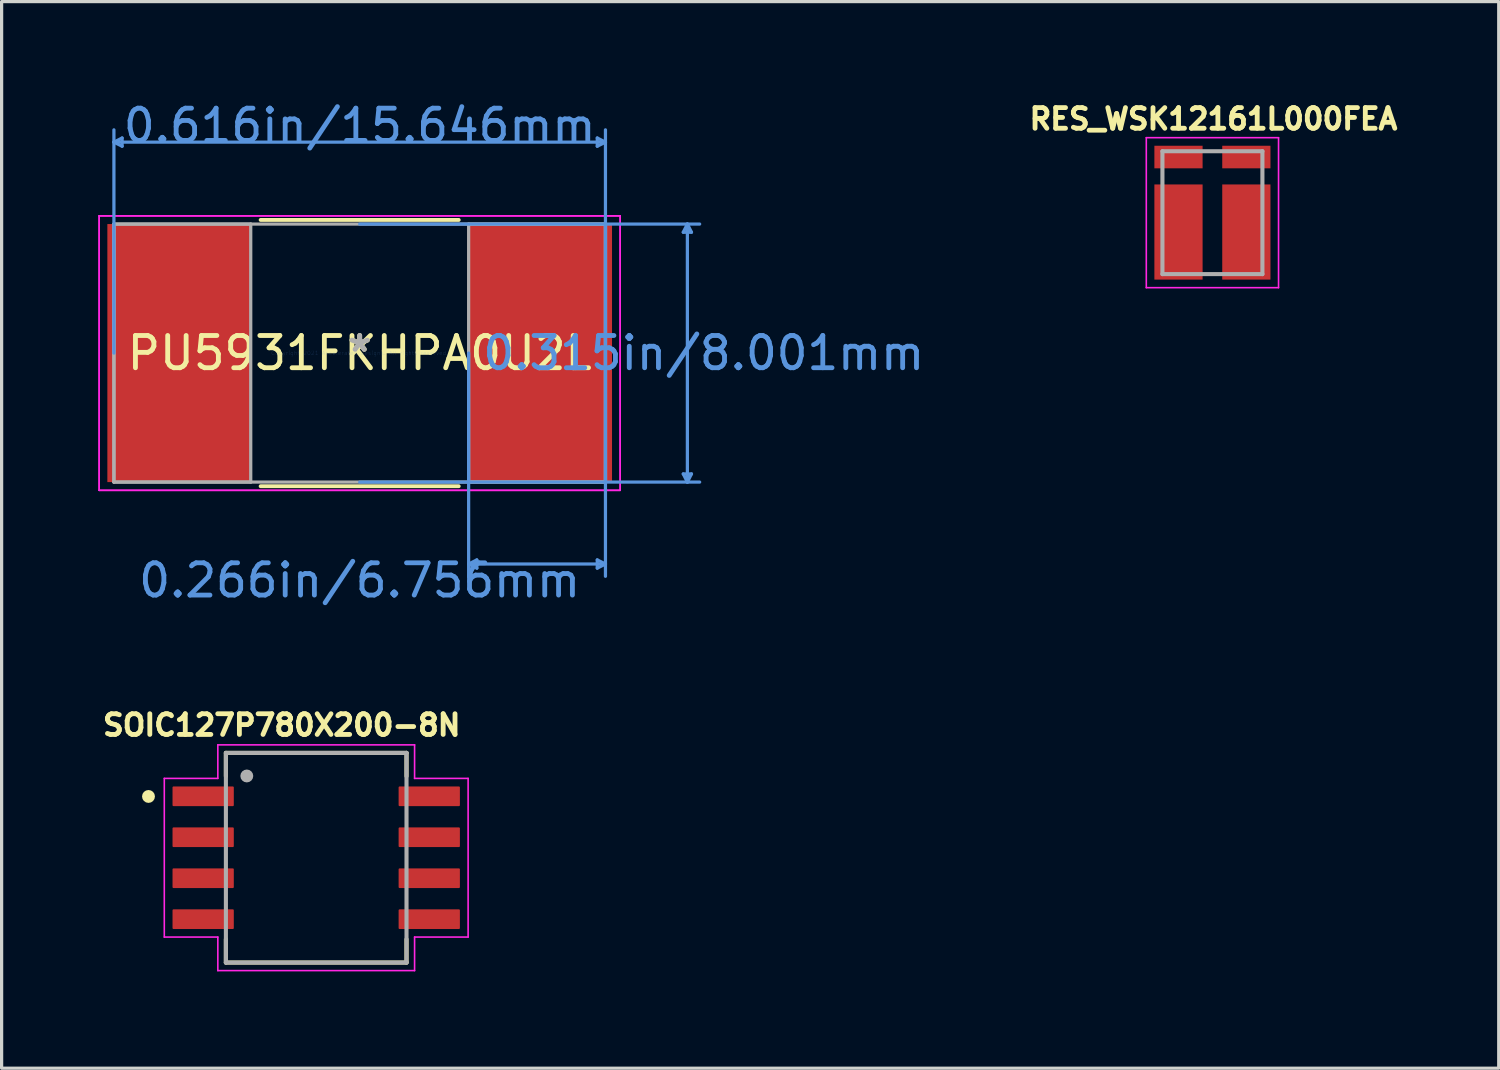
<source format=kicad_pcb>
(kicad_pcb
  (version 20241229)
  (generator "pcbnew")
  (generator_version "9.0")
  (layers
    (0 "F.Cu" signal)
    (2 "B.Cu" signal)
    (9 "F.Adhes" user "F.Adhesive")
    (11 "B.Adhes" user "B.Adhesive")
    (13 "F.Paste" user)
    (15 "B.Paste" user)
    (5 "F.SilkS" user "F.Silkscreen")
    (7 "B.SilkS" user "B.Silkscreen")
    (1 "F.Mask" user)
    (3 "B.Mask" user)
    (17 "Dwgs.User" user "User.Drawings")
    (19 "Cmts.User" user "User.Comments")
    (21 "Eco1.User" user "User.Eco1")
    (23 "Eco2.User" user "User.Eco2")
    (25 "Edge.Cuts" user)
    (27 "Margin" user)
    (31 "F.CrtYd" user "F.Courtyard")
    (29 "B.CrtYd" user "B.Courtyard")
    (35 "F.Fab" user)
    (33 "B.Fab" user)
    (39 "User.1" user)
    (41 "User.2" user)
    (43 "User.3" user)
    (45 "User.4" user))
  (footprint "PU5931FKHPA0U2L"
    (layer "F.Cu")
    (at 8.102 7.897)
    (property "Reference" "PU5931FKHPA0U2L" (at 0 0 0) (layer "F.SilkS") (effects (font (size 1 1) (thickness 0.15))))
    (attr through_hole)
    (fp_line (start -3.071 4.128) (end 3.071 4.128) (stroke (width 0.12) (type solid)) (layer "F.SilkS"))
    (fp_line (start 3.071 -4.128) (end -3.071 -4.128) (stroke (width 0.12) (type solid)) (layer "F.SilkS"))
    (fp_line (start -7.62 -6.54) (end -7.366 -6.668) (stroke (width 0.1) (type solid)) (layer "Cmts.User"))
    (fp_line (start -7.62 -6.54) (end -7.366 -6.413) (stroke (width 0.1) (type solid)) (layer "Cmts.User"))
    (fp_line (start -7.62 -6.54) (end 7.62 -6.54) (stroke (width 0.1) (type solid)) (layer "Cmts.User"))
    (fp_line (start -7.62 0) (end -7.62 -6.921) (stroke (width 0.1) (type solid)) (layer "Cmts.User"))
    (fp_line (start -7.366 -6.668) (end -7.366 -6.413) (stroke (width 0.1) (type solid)) (layer "Cmts.User"))
    (fp_line (start 0 -4) (end 10.541 -4) (stroke (width 0.1) (type solid)) (layer "Cmts.User"))
    (fp_line (start 0 4) (end 10.541 4) (stroke (width 0.1) (type solid)) (layer "Cmts.User"))
    (fp_line (start 3.378 0) (end 3.378 6.921) (stroke (width 0.1) (type solid)) (layer "Cmts.User"))
    (fp_line (start 3.378 6.54) (end 3.632 6.413) (stroke (width 0.1) (type solid)) (layer "Cmts.User"))
    (fp_line (start 3.378 6.54) (end 3.632 6.668) (stroke (width 0.1) (type solid)) (layer "Cmts.User"))
    (fp_line (start 3.378 6.54) (end 7.62 6.54) (stroke (width 0.1) (type solid)) (layer "Cmts.User"))
    (fp_line (start 3.632 6.413) (end 3.632 6.668) (stroke (width 0.1) (type solid)) (layer "Cmts.User"))
    (fp_line (start 7.366 -6.668) (end 7.366 -6.413) (stroke (width 0.1) (type solid)) (layer "Cmts.User"))
    (fp_line (start 7.366 6.413) (end 7.366 6.668) (stroke (width 0.1) (type solid)) (layer "Cmts.User"))
    (fp_line (start 7.62 -6.54) (end 7.366 -6.668) (stroke (width 0.1) (type solid)) (layer "Cmts.User"))
    (fp_line (start 7.62 -6.54) (end 7.366 -6.413) (stroke (width 0.1) (type solid)) (layer "Cmts.User"))
    (fp_line (start 7.62 0) (end 7.62 -6.921) (stroke (width 0.1) (type solid)) (layer "Cmts.User"))
    (fp_line (start 7.62 0) (end 7.62 6.921) (stroke (width 0.1) (type solid)) (layer "Cmts.User"))
    (fp_line (start 7.62 6.54) (end 7.366 6.413) (stroke (width 0.1) (type solid)) (layer "Cmts.User"))
    (fp_line (start 7.62 6.54) (end 7.366 6.668) (stroke (width 0.1) (type solid)) (layer "Cmts.User"))
    (fp_line (start 10.033 -3.747) (end 10.287 -3.747) (stroke (width 0.1) (type solid)) (layer "Cmts.User"))
    (fp_line (start 10.033 3.747) (end 10.287 3.747) (stroke (width 0.1) (type solid)) (layer "Cmts.User"))
    (fp_line (start 10.16 -4) (end 10.033 -3.747) (stroke (width 0.1) (type solid)) (layer "Cmts.User"))
    (fp_line (start 10.16 -4) (end 10.16 4) (stroke (width 0.1) (type solid)) (layer "Cmts.User"))
    (fp_line (start 10.16 -4) (end 10.287 -3.747) (stroke (width 0.1) (type solid)) (layer "Cmts.User"))
    (fp_line (start 10.16 4) (end 10.033 3.747) (stroke (width 0.1) (type solid)) (layer "Cmts.User"))
    (fp_line (start 10.16 4) (end 10.287 3.747) (stroke (width 0.1) (type solid)) (layer "Cmts.User"))
    (fp_line (start -8.077 -4.255) (end 8.077 -4.255) (stroke (width 0.05) (type solid)) (layer "F.CrtYd"))
    (fp_line (start -8.077 -4.255) (end 8.077 -4.255) (stroke (width 0.05) (type solid)) (layer "F.CrtYd"))
    (fp_line (start -8.077 4.255) (end -8.077 -4.255) (stroke (width 0.05) (type solid)) (layer "F.CrtYd"))
    (fp_line (start -8.077 4.255) (end -8.077 -4.255) (stroke (width 0.05) (type solid)) (layer "F.CrtYd"))
    (fp_line (start 8.077 -4.255) (end 8.077 4.255) (stroke (width 0.05) (type solid)) (layer "F.CrtYd"))
    (fp_line (start 8.077 -4.255) (end 8.077 4.255) (stroke (width 0.05) (type solid)) (layer "F.CrtYd"))
    (fp_line (start 8.077 4.255) (end -8.077 4.255) (stroke (width 0.05) (type solid)) (layer "F.CrtYd"))
    (fp_line (start 8.077 4.255) (end -8.077 4.255) (stroke (width 0.05) (type solid)) (layer "F.CrtYd"))
    (fp_line (start -7.62 -4) (end -7.62 4) (stroke (width 0.1) (type solid)) (layer "F.Fab"))
    (fp_line (start -7.62 -4) (end -7.62 4) (stroke (width 0.1) (type solid)) (layer "F.Fab"))
    (fp_line (start -7.62 4) (end -3.378 4) (stroke (width 0.1) (type solid)) (layer "F.Fab"))
    (fp_line (start -7.62 4) (end 7.62 4) (stroke (width 0.1) (type solid)) (layer "F.Fab"))
    (fp_line (start -3.378 -4) (end -7.62 -4) (stroke (width 0.1) (type solid)) (layer "F.Fab"))
    (fp_line (start -3.378 4) (end -3.378 -4) (stroke (width 0.1) (type solid)) (layer "F.Fab"))
    (fp_line (start 3.378 -4) (end 3.378 4) (stroke (width 0.1) (type solid)) (layer "F.Fab"))
    (fp_line (start 3.378 4) (end 7.62 4) (stroke (width 0.1) (type solid)) (layer "F.Fab"))
    (fp_line (start 7.62 -4) (end -7.62 -4) (stroke (width 0.1) (type solid)) (layer "F.Fab"))
    (fp_line (start 7.62 -4) (end 3.378 -4) (stroke (width 0.1) (type solid)) (layer "F.Fab"))
    (fp_line (start 7.62 4) (end 7.62 -4) (stroke (width 0.1) (type solid)) (layer "F.Fab"))
    (fp_line (start 7.62 4) (end 7.62 -4) (stroke (width 0.1) (type solid)) (layer "F.Fab"))
    (fp_text user "*" (at 0 0 0) (layer "F.SilkS") (effects (font (size 1 1) (thickness 0.15))))
    (fp_text user "0.616in/15.646mm" (at 0 -7.048 0) (layer "Cmts.User") (effects (font (size 1 1) (thickness 0.15))))
    (fp_text user "0.315in/8.001mm" (at 10.668 0 0) (layer "Cmts.User") (effects (font (size 1 1) (thickness 0.15))))
    (fp_text user "0.266in/6.756mm" (at 0 7.048 0) (layer "Cmts.User") (effects (font (size 1 1) (thickness 0.15))))
    (fp_text user "Copyright 2021 Accelerated Designs. All rights reserved." (at 0 0 0) (layer "Cmts.User") (effects (font (size 0.127 0.127) (thickness 0.002))))
    (fp_text user "*" (at 0 0 0) (layer "F.Fab") (effects (font (size 1 1) (thickness 0.15))))
    (pad "1" smd rect (at -5.601 0) (size 4.445 8.001) (layers "F.Cu" "F.Mask" "F.Paste"))
    (pad "2" smd rect (at 5.601 0) (size 4.445 8.001) (layers "F.Cu" "F.Mask" "F.Paste")))
  (footprint "SOIC127P780X200-8N"
    (layer "F.Cu")
    (at 6.754 23.544)
    (property "Reference" "SOIC127P780X200-8N" (at -1.069 -4.112 0) (layer "F.SilkS") (effects (font (size 0.641 0.641) (thickness 0.15))))
    (attr smd)
    (fp_line (start -2.8 -3.25) (end 2.8 -3.25) (stroke (width 0.127) (type solid)) (layer "F.SilkS"))
    (fp_line (start -2.8 -2.527) (end -2.8 -3.25) (stroke (width 0.127) (type solid)) (layer "F.SilkS"))
    (fp_line (start -2.8 2.527) (end -2.8 3.25) (stroke (width 0.127) (type solid)) (layer "F.SilkS"))
    (fp_line (start -2.8 3.25) (end 2.8 3.25) (stroke (width 0.127) (type solid)) (layer "F.SilkS"))
    (fp_line (start 2.8 -3.25) (end 2.8 -2.527) (stroke (width 0.127) (type solid)) (layer "F.SilkS"))
    (fp_line (start 2.8 3.25) (end 2.8 2.527) (stroke (width 0.127) (type solid)) (layer "F.SilkS"))
    (fp_circle (center -5.2 -1.9) (end -5.1 -1.9) (stroke (width 0.2) (type solid)) (fill no) (layer "F.SilkS"))
    (fp_line (start -4.71 -2.46) (end -3.05 -2.46) (stroke (width 0.05) (type solid)) (layer "F.CrtYd"))
    (fp_line (start -4.71 2.46) (end -4.71 -2.46) (stroke (width 0.05) (type solid)) (layer "F.CrtYd"))
    (fp_line (start -3.05 -3.5) (end 3.05 -3.5) (stroke (width 0.05) (type solid)) (layer "F.CrtYd"))
    (fp_line (start -3.05 -2.46) (end -3.05 -3.5) (stroke (width 0.05) (type solid)) (layer "F.CrtYd"))
    (fp_line (start -3.05 2.46) (end -4.71 2.46) (stroke (width 0.05) (type solid)) (layer "F.CrtYd"))
    (fp_line (start -3.05 3.5) (end -3.05 2.46) (stroke (width 0.05) (type solid)) (layer "F.CrtYd"))
    (fp_line (start 3.05 -3.5) (end 3.05 -2.46) (stroke (width 0.05) (type solid)) (layer "F.CrtYd"))
    (fp_line (start 3.05 -2.46) (end 4.71 -2.46) (stroke (width 0.05) (type solid)) (layer "F.CrtYd"))
    (fp_line (start 3.05 2.46) (end 3.05 3.5) (stroke (width 0.05) (type solid)) (layer "F.CrtYd"))
    (fp_line (start 3.05 3.5) (end -3.05 3.5) (stroke (width 0.05) (type solid)) (layer "F.CrtYd"))
    (fp_line (start 4.71 -2.46) (end 4.71 2.46) (stroke (width 0.05) (type solid)) (layer "F.CrtYd"))
    (fp_line (start 4.71 2.46) (end 3.05 2.46) (stroke (width 0.05) (type solid)) (layer "F.CrtYd"))
    (fp_line (start -2.8 -3.25) (end 2.8 -3.25) (stroke (width 0.127) (type solid)) (layer "F.Fab"))
    (fp_line (start -2.8 3.25) (end -2.8 -3.25) (stroke (width 0.127) (type solid)) (layer "F.Fab"))
    (fp_line (start 2.8 -3.25) (end 2.8 3.25) (stroke (width 0.127) (type solid)) (layer "F.Fab"))
    (fp_line (start 2.8 3.25) (end -2.8 3.25) (stroke (width 0.127) (type solid)) (layer "F.Fab"))
    (fp_circle (center -2.152 -2.535) (end -2.052 -2.535) (stroke (width 0.2) (type solid)) (fill no) (layer "F.Fab"))
    (pad "1" smd roundrect (at -3.505 -1.905) (size 1.9 0.61) (layers "F.Cu" "F.Mask" "F.Paste") (roundrect_rratio 0.05))
    (pad "2" smd roundrect (at -3.505 -0.635) (size 1.9 0.61) (layers "F.Cu" "F.Mask" "F.Paste") (roundrect_rratio 0.05))
    (pad "3" smd roundrect (at -3.505 0.635) (size 1.9 0.61) (layers "F.Cu" "F.Mask" "F.Paste") (roundrect_rratio 0.05))
    (pad "4" smd roundrect (at -3.505 1.905) (size 1.9 0.61) (layers "F.Cu" "F.Mask" "F.Paste") (roundrect_rratio 0.05))
    (pad "5" smd roundrect (at 3.505 1.905 180) (size 1.9 0.61) (layers "F.Cu" "F.Mask" "F.Paste") (roundrect_rratio 0.05))
    (pad "6" smd roundrect (at 3.505 0.635 180) (size 1.9 0.61) (layers "F.Cu" "F.Mask" "F.Paste") (roundrect_rratio 0.05))
    (pad "7" smd roundrect (at 3.505 -0.635 180) (size 1.9 0.61) (layers "F.Cu" "F.Mask" "F.Paste") (roundrect_rratio 0.05))
    (pad "8" smd roundrect (at 3.505 -1.905 180) (size 1.9 0.61) (layers "F.Cu" "F.Mask" "F.Paste") (roundrect_rratio 0.05)))
  (footprint "RES_WSK12161L000FEA"
    (layer "F.Cu")
    (at 34.541 3.544)
    (property "Reference" "RES_WSK12161L000FEA" (at 0.032 -2.906 0) (layer "F.SilkS") (effects (font (size 0.64 0.64) (thickness 0.15))))
    (attr smd)
    (fp_line (start -2.05 -2.325) (end 2.05 -2.325) (stroke (width 0.05) (type solid)) (layer "F.CrtYd"))
    (fp_line (start -2.05 2.325) (end -2.05 -2.325) (stroke (width 0.05) (type solid)) (layer "F.CrtYd"))
    (fp_line (start 2.05 -2.325) (end 2.05 2.325) (stroke (width 0.05) (type solid)) (layer "F.CrtYd"))
    (fp_line (start 2.05 2.325) (end -2.05 2.325) (stroke (width 0.05) (type solid)) (layer "F.CrtYd"))
    (fp_line (start -1.55 -1.905) (end 1.55 -1.905) (stroke (width 0.127) (type solid)) (layer "F.Fab"))
    (fp_line (start -1.55 1.905) (end -1.55 -1.905) (stroke (width 0.127) (type solid)) (layer "F.Fab"))
    (fp_line (start 1.55 -1.905) (end 1.55 1.905) (stroke (width 0.127) (type solid)) (layer "F.Fab"))
    (fp_line (start 1.55 1.905) (end -1.55 1.905) (stroke (width 0.127) (type solid)) (layer "F.Fab"))
    (pad "1" smd rect (at -1.052 -1.725) (size 1.495 0.7) (layers "F.Cu" "F.Mask" "F.Paste"))
    (pad "1" smd rect (at -1.052 0.6) (size 1.495 2.95) (layers "F.Cu" "F.Mask" "F.Paste"))
    (pad "2" smd rect (at 1.052 -1.725) (size 1.495 0.7) (layers "F.Cu" "F.Mask" "F.Paste"))
    (pad "2" smd rect (at 1.052 0.6) (size 1.495 2.95) (layers "F.Cu" "F.Mask" "F.Paste")))
  (gr_rect
    (start -3 -3)
    (end 43.418 30.069)
    (stroke (width 0.1) (type default))
    (fill no)
    (layer "Edge.Cuts")))
</source>
